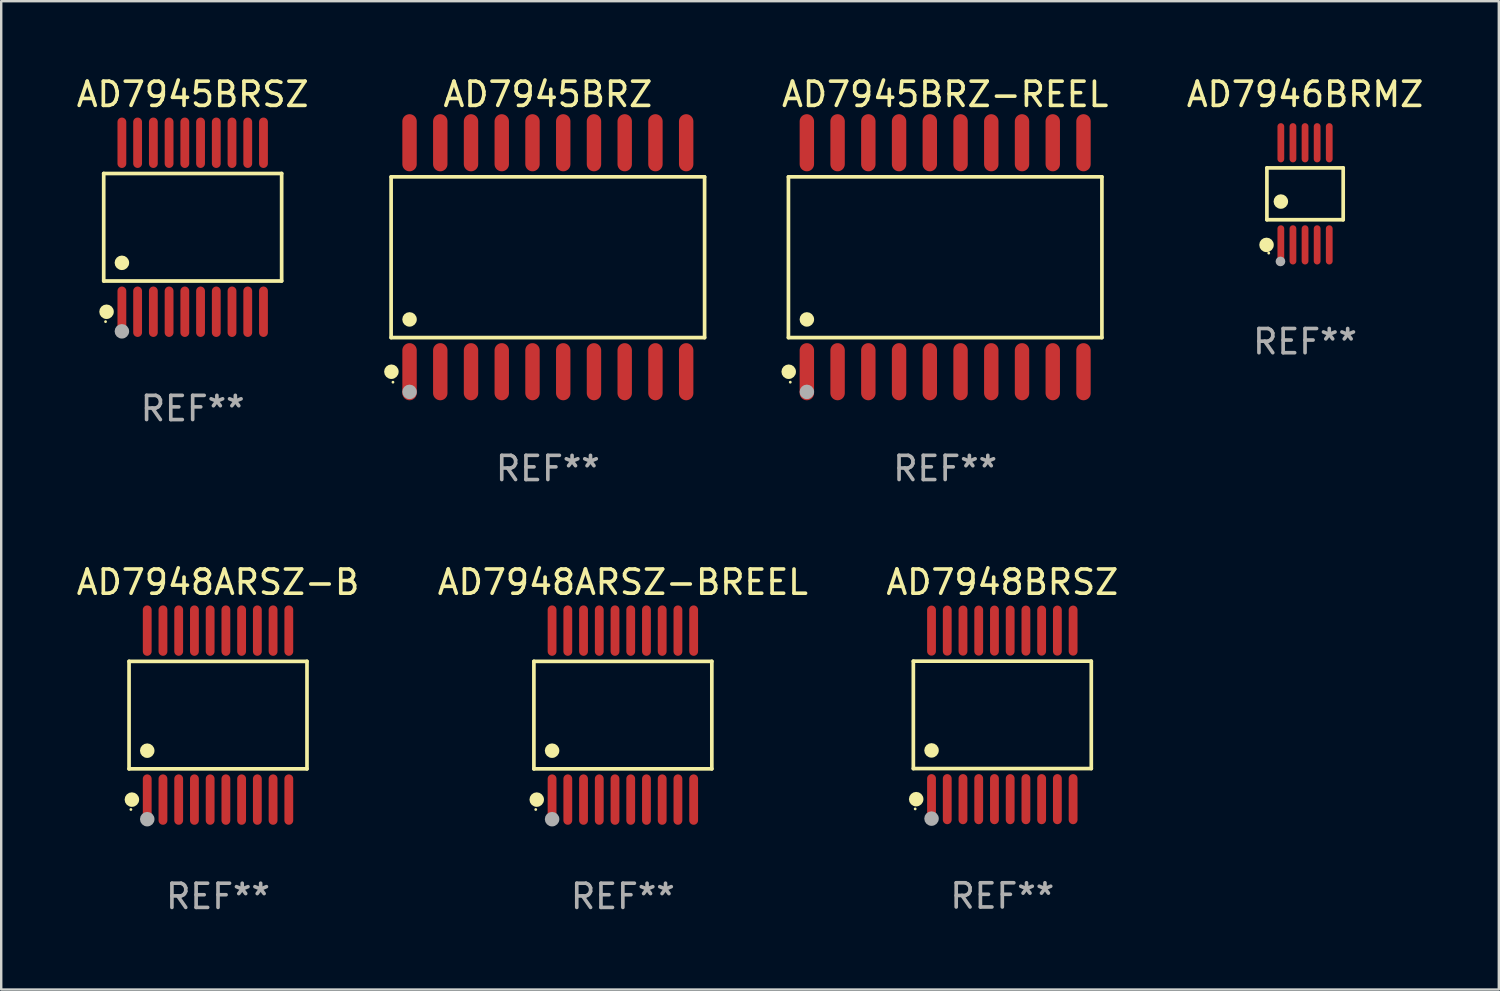
<source format=kicad_pcb>
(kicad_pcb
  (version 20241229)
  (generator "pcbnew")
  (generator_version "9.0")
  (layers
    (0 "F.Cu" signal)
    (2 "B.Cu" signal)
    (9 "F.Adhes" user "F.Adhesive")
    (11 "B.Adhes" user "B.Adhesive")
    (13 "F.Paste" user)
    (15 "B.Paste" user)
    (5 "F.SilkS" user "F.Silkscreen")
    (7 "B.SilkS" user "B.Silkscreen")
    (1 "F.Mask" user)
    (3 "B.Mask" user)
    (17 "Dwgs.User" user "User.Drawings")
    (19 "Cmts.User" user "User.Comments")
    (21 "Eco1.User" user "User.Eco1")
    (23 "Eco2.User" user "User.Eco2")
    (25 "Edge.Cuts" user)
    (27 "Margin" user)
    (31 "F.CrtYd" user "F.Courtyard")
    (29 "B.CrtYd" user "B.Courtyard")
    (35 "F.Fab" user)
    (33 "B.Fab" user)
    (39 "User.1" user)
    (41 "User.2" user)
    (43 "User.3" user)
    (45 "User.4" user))
  (footprint "AD7946BRMZ"
    (layer "F.Cu")
    (at 50.871 4.958)
    (property "Reference" "AD7946BRMZ" (at 0 -4.11 0) (layer "F.SilkS") (effects (font (size 1 1) (thickness 0.15))))
    (attr through_hole)
    (fp_line (start -1.576 -1.071) (end 1.576 -1.071) (stroke (width 0.152) (type solid)) (layer "F.SilkS"))
    (fp_line (start -1.576 1.071) (end -1.576 -1.071) (stroke (width 0.152) (type solid)) (layer "F.SilkS"))
    (fp_line (start 1.576 -1.071) (end 1.576 1.071) (stroke (width 0.152) (type solid)) (layer "F.SilkS"))
    (fp_line (start 1.576 1.071) (end -1.576 1.071) (stroke (width 0.152) (type solid)) (layer "F.SilkS"))
    (fp_circle (center -1.592 2.11) (end -1.442 2.11) (stroke (width 0.3) (type solid)) (fill no) (layer "F.SilkS"))
    (fp_circle (center -1.5 2.45) (end -1.47 2.45) (stroke (width 0.06) (type solid)) (fill no) (layer "F.SilkS"))
    (fp_circle (center -1 0.319) (end -0.85 0.319) (stroke (width 0.3) (type solid)) (fill no) (layer "F.SilkS"))
    (fp_circle (center -1.016 2.794) (end -0.916 2.794) (stroke (width 0.2) (type solid)) (fill no) (layer "F.Fab"))
    (fp_text user "REF**" (at 0 6.11 0) (layer "F.Fab") (effects (font (size 1 1) (thickness 0.15))))
    (pad "1" smd oval (at -1 2.11) (size 0.28 1.62) (layers "F.Cu" "F.Mask" "F.Paste"))
    (pad "2" smd oval (at -0.5 2.11) (size 0.28 1.62) (layers "F.Cu" "F.Mask" "F.Paste"))
    (pad "3" smd oval (at 0 2.11) (size 0.28 1.62) (layers "F.Cu" "F.Mask" "F.Paste"))
    (pad "4" smd oval (at 0.5 2.11) (size 0.28 1.62) (layers "F.Cu" "F.Mask" "F.Paste"))
    (pad "5" smd oval (at 1 2.11) (size 0.28 1.62) (layers "F.Cu" "F.Mask" "F.Paste"))
    (pad "6" smd oval (at 1 -2.11) (size 0.28 1.62) (layers "F.Cu" "F.Mask" "F.Paste"))
    (pad "7" smd oval (at 0.5 -2.11) (size 0.28 1.62) (layers "F.Cu" "F.Mask" "F.Paste"))
    (pad "8" smd oval (at 0 -2.11) (size 0.28 1.62) (layers "F.Cu" "F.Mask" "F.Paste"))
    (pad "9" smd oval (at -0.5 -2.11) (size 0.28 1.62) (layers "F.Cu" "F.Mask" "F.Paste"))
    (pad "10" smd oval (at -1 -2.11) (size 0.28 1.62) (layers "F.Cu" "F.Mask" "F.Paste")))
  (footprint "AD7948ARSZ-B"
    (layer "F.Cu")
    (at 5.958 26.496)
    (property "Reference" "AD7948ARSZ-B" (at 0 -5.491 0) (layer "F.SilkS") (effects (font (size 1 1) (thickness 0.15))))
    (attr through_hole)
    (fp_line (start -3.676 -2.221) (end 3.676 -2.221) (stroke (width 0.152) (type solid)) (layer "F.SilkS"))
    (fp_line (start -3.676 2.221) (end -3.676 -2.221) (stroke (width 0.152) (type solid)) (layer "F.SilkS"))
    (fp_line (start 3.676 -2.221) (end 3.676 2.221) (stroke (width 0.152) (type solid)) (layer "F.SilkS"))
    (fp_line (start 3.676 2.221) (end -3.676 2.221) (stroke (width 0.152) (type solid)) (layer "F.SilkS"))
    (fp_circle (center -3.6 3.9) (end -3.57 3.9) (stroke (width 0.06) (type solid)) (fill no) (layer "F.SilkS"))
    (fp_circle (center -3.559 3.491) (end -3.409 3.491) (stroke (width 0.3) (type solid)) (fill no) (layer "F.SilkS"))
    (fp_circle (center -2.925 1.469) (end -2.775 1.469) (stroke (width 0.3) (type solid)) (fill no) (layer "F.SilkS"))
    (fp_circle (center -2.925 4.3) (end -2.775 4.3) (stroke (width 0.3) (type solid)) (fill no) (layer "F.Fab"))
    (fp_text user "REF**" (at 0 7.491 0) (layer "F.Fab") (effects (font (size 1 1) (thickness 0.15))))
    (pad "1" smd oval (at -2.925 3.491) (size 0.364 2.082) (layers "F.Cu" "F.Mask" "F.Paste"))
    (pad "2" smd oval (at -2.275 3.491) (size 0.364 2.082) (layers "F.Cu" "F.Mask" "F.Paste"))
    (pad "3" smd oval (at -1.625 3.491) (size 0.364 2.082) (layers "F.Cu" "F.Mask" "F.Paste"))
    (pad "4" smd oval (at -0.975 3.491) (size 0.364 2.082) (layers "F.Cu" "F.Mask" "F.Paste"))
    (pad "5" smd oval (at -0.325 3.491) (size 0.364 2.082) (layers "F.Cu" "F.Mask" "F.Paste"))
    (pad "6" smd oval (at 0.325 3.491) (size 0.364 2.082) (layers "F.Cu" "F.Mask" "F.Paste"))
    (pad "7" smd oval (at 0.975 3.491) (size 0.364 2.082) (layers "F.Cu" "F.Mask" "F.Paste"))
    (pad "8" smd oval (at 1.625 3.491) (size 0.364 2.082) (layers "F.Cu" "F.Mask" "F.Paste"))
    (pad "9" smd oval (at 2.275 3.491) (size 0.364 2.082) (layers "F.Cu" "F.Mask" "F.Paste"))
    (pad "10" smd oval (at 2.925 3.491) (size 0.364 2.082) (layers "F.Cu" "F.Mask" "F.Paste"))
    (pad "11" smd oval (at 2.925 -3.491) (size 0.364 2.082) (layers "F.Cu" "F.Mask" "F.Paste"))
    (pad "12" smd oval (at 2.275 -3.491) (size 0.364 2.082) (layers "F.Cu" "F.Mask" "F.Paste"))
    (pad "13" smd oval (at 1.625 -3.491) (size 0.364 2.082) (layers "F.Cu" "F.Mask" "F.Paste"))
    (pad "14" smd oval (at 0.975 -3.491) (size 0.364 2.082) (layers "F.Cu" "F.Mask" "F.Paste"))
    (pad "15" smd oval (at 0.325 -3.491) (size 0.364 2.082) (layers "F.Cu" "F.Mask" "F.Paste"))
    (pad "16" smd oval (at -0.325 -3.491) (size 0.364 2.082) (layers "F.Cu" "F.Mask" "F.Paste"))
    (pad "17" smd oval (at -0.975 -3.491) (size 0.364 2.082) (layers "F.Cu" "F.Mask" "F.Paste"))
    (pad "18" smd oval (at -1.625 -3.491) (size 0.364 2.082) (layers "F.Cu" "F.Mask" "F.Paste"))
    (pad "19" smd oval (at -2.275 -3.491) (size 0.364 2.082) (layers "F.Cu" "F.Mask" "F.Paste"))
    (pad "20" smd oval (at -2.925 -3.491) (size 0.364 2.082) (layers "F.Cu" "F.Mask" "F.Paste")))
  (footprint "AD7948BRSZ"
    (layer "F.Cu")
    (at 38.363 26.487)
    (property "Reference" "AD7948BRSZ" (at 0 -5.482 0) (layer "F.SilkS") (effects (font (size 1 1) (thickness 0.15))))
    (attr through_hole)
    (fp_line (start -3.676 -2.219) (end 3.676 -2.219) (stroke (width 0.152) (type solid)) (layer "F.SilkS"))
    (fp_line (start -3.676 2.219) (end -3.676 -2.219) (stroke (width 0.152) (type solid)) (layer "F.SilkS"))
    (fp_line (start 3.676 -2.219) (end 3.676 2.219) (stroke (width 0.152) (type solid)) (layer "F.SilkS"))
    (fp_line (start 3.676 2.219) (end -3.676 2.219) (stroke (width 0.152) (type solid)) (layer "F.SilkS"))
    (fp_circle (center -3.6 3.885) (end -3.57 3.885) (stroke (width 0.06) (type solid)) (fill no) (layer "F.SilkS"))
    (fp_circle (center -3.559 3.482) (end -3.409 3.482) (stroke (width 0.3) (type solid)) (fill no) (layer "F.SilkS"))
    (fp_circle (center -2.925 1.467) (end -2.775 1.467) (stroke (width 0.3) (type solid)) (fill no) (layer "F.SilkS"))
    (fp_circle (center -2.925 4.285) (end -2.775 4.285) (stroke (width 0.3) (type solid)) (fill no) (layer "F.Fab"))
    (fp_text user "REF**" (at 0 7.482 0) (layer "F.Fab") (effects (font (size 1 1) (thickness 0.15))))
    (pad "1" smd oval (at -2.925 3.482) (size 0.364 2.069) (layers "F.Cu" "F.Mask" "F.Paste"))
    (pad "2" smd oval (at -2.275 3.482) (size 0.364 2.069) (layers "F.Cu" "F.Mask" "F.Paste"))
    (pad "3" smd oval (at -1.625 3.482) (size 0.364 2.069) (layers "F.Cu" "F.Mask" "F.Paste"))
    (pad "4" smd oval (at -0.975 3.482) (size 0.364 2.069) (layers "F.Cu" "F.Mask" "F.Paste"))
    (pad "5" smd oval (at -0.325 3.482) (size 0.364 2.069) (layers "F.Cu" "F.Mask" "F.Paste"))
    (pad "6" smd oval (at 0.325 3.482) (size 0.364 2.069) (layers "F.Cu" "F.Mask" "F.Paste"))
    (pad "7" smd oval (at 0.975 3.482) (size 0.364 2.069) (layers "F.Cu" "F.Mask" "F.Paste"))
    (pad "8" smd oval (at 1.625 3.482) (size 0.364 2.069) (layers "F.Cu" "F.Mask" "F.Paste"))
    (pad "9" smd oval (at 2.275 3.482) (size 0.364 2.069) (layers "F.Cu" "F.Mask" "F.Paste"))
    (pad "10" smd oval (at 2.925 3.482) (size 0.364 2.069) (layers "F.Cu" "F.Mask" "F.Paste"))
    (pad "11" smd oval (at 2.925 -3.482) (size 0.364 2.069) (layers "F.Cu" "F.Mask" "F.Paste"))
    (pad "12" smd oval (at 2.275 -3.482) (size 0.364 2.069) (layers "F.Cu" "F.Mask" "F.Paste"))
    (pad "13" smd oval (at 1.625 -3.482) (size 0.364 2.069) (layers "F.Cu" "F.Mask" "F.Paste"))
    (pad "14" smd oval (at 0.975 -3.482) (size 0.364 2.069) (layers "F.Cu" "F.Mask" "F.Paste"))
    (pad "15" smd oval (at 0.325 -3.482) (size 0.364 2.069) (layers "F.Cu" "F.Mask" "F.Paste"))
    (pad "16" smd oval (at -0.325 -3.482) (size 0.364 2.069) (layers "F.Cu" "F.Mask" "F.Paste"))
    (pad "17" smd oval (at -0.975 -3.482) (size 0.364 2.069) (layers "F.Cu" "F.Mask" "F.Paste"))
    (pad "18" smd oval (at -1.625 -3.482) (size 0.364 2.069) (layers "F.Cu" "F.Mask" "F.Paste"))
    (pad "19" smd oval (at -2.275 -3.482) (size 0.364 2.069) (layers "F.Cu" "F.Mask" "F.Paste"))
    (pad "20" smd oval (at -2.925 -3.482) (size 0.364 2.069) (layers "F.Cu" "F.Mask" "F.Paste")))
  (footprint "AD7945BRSZ"
    (layer "F.Cu")
    (at 4.911 6.339)
    (property "Reference" "AD7945BRSZ" (at 0 -5.491 0) (layer "F.SilkS") (effects (font (size 1 1) (thickness 0.15))))
    (attr through_hole)
    (fp_line (start -3.676 -2.221) (end 3.676 -2.221) (stroke (width 0.152) (type solid)) (layer "F.SilkS"))
    (fp_line (start -3.676 2.221) (end -3.676 -2.221) (stroke (width 0.152) (type solid)) (layer "F.SilkS"))
    (fp_line (start 3.676 -2.221) (end 3.676 2.221) (stroke (width 0.152) (type solid)) (layer "F.SilkS"))
    (fp_line (start 3.676 2.221) (end -3.676 2.221) (stroke (width 0.152) (type solid)) (layer "F.SilkS"))
    (fp_circle (center -3.6 3.9) (end -3.57 3.9) (stroke (width 0.06) (type solid)) (fill no) (layer "F.SilkS"))
    (fp_circle (center -3.559 3.491) (end -3.409 3.491) (stroke (width 0.3) (type solid)) (fill no) (layer "F.SilkS"))
    (fp_circle (center -2.925 1.469) (end -2.775 1.469) (stroke (width 0.3) (type solid)) (fill no) (layer "F.SilkS"))
    (fp_circle (center -2.925 4.3) (end -2.775 4.3) (stroke (width 0.3) (type solid)) (fill no) (layer "F.Fab"))
    (fp_text user "REF**" (at 0 7.491 0) (layer "F.Fab") (effects (font (size 1 1) (thickness 0.15))))
    (pad "1" smd oval (at -2.925 3.491) (size 0.364 2.082) (layers "F.Cu" "F.Mask" "F.Paste"))
    (pad "2" smd oval (at -2.275 3.491) (size 0.364 2.082) (layers "F.Cu" "F.Mask" "F.Paste"))
    (pad "3" smd oval (at -1.625 3.491) (size 0.364 2.082) (layers "F.Cu" "F.Mask" "F.Paste"))
    (pad "4" smd oval (at -0.975 3.491) (size 0.364 2.082) (layers "F.Cu" "F.Mask" "F.Paste"))
    (pad "5" smd oval (at -0.325 3.491) (size 0.364 2.082) (layers "F.Cu" "F.Mask" "F.Paste"))
    (pad "6" smd oval (at 0.325 3.491) (size 0.364 2.082) (layers "F.Cu" "F.Mask" "F.Paste"))
    (pad "7" smd oval (at 0.975 3.491) (size 0.364 2.082) (layers "F.Cu" "F.Mask" "F.Paste"))
    (pad "8" smd oval (at 1.625 3.491) (size 0.364 2.082) (layers "F.Cu" "F.Mask" "F.Paste"))
    (pad "9" smd oval (at 2.275 3.491) (size 0.364 2.082) (layers "F.Cu" "F.Mask" "F.Paste"))
    (pad "10" smd oval (at 2.925 3.491) (size 0.364 2.082) (layers "F.Cu" "F.Mask" "F.Paste"))
    (pad "11" smd oval (at 2.925 -3.491) (size 0.364 2.082) (layers "F.Cu" "F.Mask" "F.Paste"))
    (pad "12" smd oval (at 2.275 -3.491) (size 0.364 2.082) (layers "F.Cu" "F.Mask" "F.Paste"))
    (pad "13" smd oval (at 1.625 -3.491) (size 0.364 2.082) (layers "F.Cu" "F.Mask" "F.Paste"))
    (pad "14" smd oval (at 0.975 -3.491) (size 0.364 2.082) (layers "F.Cu" "F.Mask" "F.Paste"))
    (pad "15" smd oval (at 0.325 -3.491) (size 0.364 2.082) (layers "F.Cu" "F.Mask" "F.Paste"))
    (pad "16" smd oval (at -0.325 -3.491) (size 0.364 2.082) (layers "F.Cu" "F.Mask" "F.Paste"))
    (pad "17" smd oval (at -0.975 -3.491) (size 0.364 2.082) (layers "F.Cu" "F.Mask" "F.Paste"))
    (pad "18" smd oval (at -1.625 -3.491) (size 0.364 2.082) (layers "F.Cu" "F.Mask" "F.Paste"))
    (pad "19" smd oval (at -2.275 -3.491) (size 0.364 2.082) (layers "F.Cu" "F.Mask" "F.Paste"))
    (pad "20" smd oval (at -2.925 -3.491) (size 0.364 2.082) (layers "F.Cu" "F.Mask" "F.Paste")))
  (footprint "AD7945BRZ"
    (layer "F.Cu")
    (at 19.586 7.578)
    (property "Reference" "AD7945BRZ" (at 0 -6.73 0) (layer "F.SilkS") (effects (font (size 1 1) (thickness 0.15))))
    (attr through_hole)
    (fp_line (start -6.476 -3.321) (end 6.476 -3.321) (stroke (width 0.152) (type solid)) (layer "F.SilkS"))
    (fp_line (start -6.476 3.321) (end -6.476 -3.321) (stroke (width 0.152) (type solid)) (layer "F.SilkS"))
    (fp_line (start 6.476 -3.321) (end 6.476 3.321) (stroke (width 0.152) (type solid)) (layer "F.SilkS"))
    (fp_line (start 6.476 3.321) (end -6.476 3.321) (stroke (width 0.152) (type solid)) (layer "F.SilkS"))
    (fp_circle (center -6.465 4.73) (end -6.315 4.73) (stroke (width 0.3) (type solid)) (fill no) (layer "F.SilkS"))
    (fp_circle (center -6.4 5.163) (end -6.37 5.163) (stroke (width 0.06) (type solid)) (fill no) (layer "F.SilkS"))
    (fp_circle (center -5.715 2.569) (end -5.565 2.569) (stroke (width 0.3) (type solid)) (fill no) (layer "F.SilkS"))
    (fp_circle (center -5.715 5.563) (end -5.565 5.563) (stroke (width 0.3) (type solid)) (fill no) (layer "F.Fab"))
    (fp_text user "REF**" (at 0 8.73 0) (layer "F.Fab") (effects (font (size 1 1) (thickness 0.15))))
    (pad "1" smd oval (at -5.715 4.73) (size 0.595 2.36) (layers "F.Cu" "F.Mask" "F.Paste"))
    (pad "2" smd oval (at -4.445 4.73) (size 0.595 2.36) (layers "F.Cu" "F.Mask" "F.Paste"))
    (pad "3" smd oval (at -3.175 4.73) (size 0.595 2.36) (layers "F.Cu" "F.Mask" "F.Paste"))
    (pad "4" smd oval (at -1.905 4.73) (size 0.595 2.36) (layers "F.Cu" "F.Mask" "F.Paste"))
    (pad "5" smd oval (at -0.635 4.73) (size 0.595 2.36) (layers "F.Cu" "F.Mask" "F.Paste"))
    (pad "6" smd oval (at 0.635 4.73) (size 0.595 2.36) (layers "F.Cu" "F.Mask" "F.Paste"))
    (pad "7" smd oval (at 1.905 4.73) (size 0.595 2.36) (layers "F.Cu" "F.Mask" "F.Paste"))
    (pad "8" smd oval (at 3.175 4.73) (size 0.595 2.36) (layers "F.Cu" "F.Mask" "F.Paste"))
    (pad "9" smd oval (at 4.445 4.73) (size 0.595 2.36) (layers "F.Cu" "F.Mask" "F.Paste"))
    (pad "10" smd oval (at 5.715 4.73) (size 0.595 2.36) (layers "F.Cu" "F.Mask" "F.Paste"))
    (pad "11" smd oval (at 5.715 -4.73) (size 0.595 2.36) (layers "F.Cu" "F.Mask" "F.Paste"))
    (pad "12" smd oval (at 4.445 -4.73) (size 0.595 2.36) (layers "F.Cu" "F.Mask" "F.Paste"))
    (pad "13" smd oval (at 3.175 -4.73) (size 0.595 2.36) (layers "F.Cu" "F.Mask" "F.Paste"))
    (pad "14" smd oval (at 1.905 -4.73) (size 0.595 2.36) (layers "F.Cu" "F.Mask" "F.Paste"))
    (pad "15" smd oval (at 0.635 -4.73) (size 0.595 2.36) (layers "F.Cu" "F.Mask" "F.Paste"))
    (pad "16" smd oval (at -0.635 -4.73) (size 0.595 2.36) (layers "F.Cu" "F.Mask" "F.Paste"))
    (pad "17" smd oval (at -1.905 -4.73) (size 0.595 2.36) (layers "F.Cu" "F.Mask" "F.Paste"))
    (pad "18" smd oval (at -3.175 -4.73) (size 0.595 2.36) (layers "F.Cu" "F.Mask" "F.Paste"))
    (pad "19" smd oval (at -4.445 -4.73) (size 0.595 2.36) (layers "F.Cu" "F.Mask" "F.Paste"))
    (pad "20" smd oval (at -5.715 -4.73) (size 0.595 2.36) (layers "F.Cu" "F.Mask" "F.Paste")))
  (footprint "AD7948ARSZ-BREEL"
    (layer "F.Cu")
    (at 22.685 26.496)
    (property "Reference" "AD7948ARSZ-BREEL" (at 0 -5.491 0) (layer "F.SilkS") (effects (font (size 1 1) (thickness 0.15))))
    (attr through_hole)
    (fp_line (start -3.676 -2.221) (end 3.676 -2.221) (stroke (width 0.152) (type solid)) (layer "F.SilkS"))
    (fp_line (start -3.676 2.221) (end -3.676 -2.221) (stroke (width 0.152) (type solid)) (layer "F.SilkS"))
    (fp_line (start 3.676 -2.221) (end 3.676 2.221) (stroke (width 0.152) (type solid)) (layer "F.SilkS"))
    (fp_line (start 3.676 2.221) (end -3.676 2.221) (stroke (width 0.152) (type solid)) (layer "F.SilkS"))
    (fp_circle (center -3.6 3.9) (end -3.57 3.9) (stroke (width 0.06) (type solid)) (fill no) (layer "F.SilkS"))
    (fp_circle (center -3.559 3.491) (end -3.409 3.491) (stroke (width 0.3) (type solid)) (fill no) (layer "F.SilkS"))
    (fp_circle (center -2.925 1.469) (end -2.775 1.469) (stroke (width 0.3) (type solid)) (fill no) (layer "F.SilkS"))
    (fp_circle (center -2.925 4.3) (end -2.775 4.3) (stroke (width 0.3) (type solid)) (fill no) (layer "F.Fab"))
    (fp_text user "REF**" (at 0 7.491 0) (layer "F.Fab") (effects (font (size 1 1) (thickness 0.15))))
    (pad "1" smd oval (at -2.925 3.491) (size 0.364 2.082) (layers "F.Cu" "F.Mask" "F.Paste"))
    (pad "2" smd oval (at -2.275 3.491) (size 0.364 2.082) (layers "F.Cu" "F.Mask" "F.Paste"))
    (pad "3" smd oval (at -1.625 3.491) (size 0.364 2.082) (layers "F.Cu" "F.Mask" "F.Paste"))
    (pad "4" smd oval (at -0.975 3.491) (size 0.364 2.082) (layers "F.Cu" "F.Mask" "F.Paste"))
    (pad "5" smd oval (at -0.325 3.491) (size 0.364 2.082) (layers "F.Cu" "F.Mask" "F.Paste"))
    (pad "6" smd oval (at 0.325 3.491) (size 0.364 2.082) (layers "F.Cu" "F.Mask" "F.Paste"))
    (pad "7" smd oval (at 0.975 3.491) (size 0.364 2.082) (layers "F.Cu" "F.Mask" "F.Paste"))
    (pad "8" smd oval (at 1.625 3.491) (size 0.364 2.082) (layers "F.Cu" "F.Mask" "F.Paste"))
    (pad "9" smd oval (at 2.275 3.491) (size 0.364 2.082) (layers "F.Cu" "F.Mask" "F.Paste"))
    (pad "10" smd oval (at 2.925 3.491) (size 0.364 2.082) (layers "F.Cu" "F.Mask" "F.Paste"))
    (pad "11" smd oval (at 2.925 -3.491) (size 0.364 2.082) (layers "F.Cu" "F.Mask" "F.Paste"))
    (pad "12" smd oval (at 2.275 -3.491) (size 0.364 2.082) (layers "F.Cu" "F.Mask" "F.Paste"))
    (pad "13" smd oval (at 1.625 -3.491) (size 0.364 2.082) (layers "F.Cu" "F.Mask" "F.Paste"))
    (pad "14" smd oval (at 0.975 -3.491) (size 0.364 2.082) (layers "F.Cu" "F.Mask" "F.Paste"))
    (pad "15" smd oval (at 0.325 -3.491) (size 0.364 2.082) (layers "F.Cu" "F.Mask" "F.Paste"))
    (pad "16" smd oval (at -0.325 -3.491) (size 0.364 2.082) (layers "F.Cu" "F.Mask" "F.Paste"))
    (pad "17" smd oval (at -0.975 -3.491) (size 0.364 2.082) (layers "F.Cu" "F.Mask" "F.Paste"))
    (pad "18" smd oval (at -1.625 -3.491) (size 0.364 2.082) (layers "F.Cu" "F.Mask" "F.Paste"))
    (pad "19" smd oval (at -2.275 -3.491) (size 0.364 2.082) (layers "F.Cu" "F.Mask" "F.Paste"))
    (pad "20" smd oval (at -2.925 -3.491) (size 0.364 2.082) (layers "F.Cu" "F.Mask" "F.Paste")))
  (footprint "AD7945BRZ-REEL"
    (layer "F.Cu")
    (at 36.002 7.578)
    (property "Reference" "AD7945BRZ-REEL" (at 0 -6.73 0) (layer "F.SilkS") (effects (font (size 1 1) (thickness 0.15))))
    (attr through_hole)
    (fp_line (start -6.476 -3.321) (end 6.476 -3.321) (stroke (width 0.152) (type solid)) (layer "F.SilkS"))
    (fp_line (start -6.476 3.321) (end -6.476 -3.321) (stroke (width 0.152) (type solid)) (layer "F.SilkS"))
    (fp_line (start 6.476 -3.321) (end 6.476 3.321) (stroke (width 0.152) (type solid)) (layer "F.SilkS"))
    (fp_line (start 6.476 3.321) (end -6.476 3.321) (stroke (width 0.152) (type solid)) (layer "F.SilkS"))
    (fp_circle (center -6.465 4.73) (end -6.315 4.73) (stroke (width 0.3) (type solid)) (fill no) (layer "F.SilkS"))
    (fp_circle (center -6.4 5.163) (end -6.37 5.163) (stroke (width 0.06) (type solid)) (fill no) (layer "F.SilkS"))
    (fp_circle (center -5.715 2.569) (end -5.565 2.569) (stroke (width 0.3) (type solid)) (fill no) (layer "F.SilkS"))
    (fp_circle (center -5.715 5.563) (end -5.565 5.563) (stroke (width 0.3) (type solid)) (fill no) (layer "F.Fab"))
    (fp_text user "REF**" (at 0 8.73 0) (layer "F.Fab") (effects (font (size 1 1) (thickness 0.15))))
    (pad "1" smd oval (at -5.715 4.73) (size 0.595 2.36) (layers "F.Cu" "F.Mask" "F.Paste"))
    (pad "2" smd oval (at -4.445 4.73) (size 0.595 2.36) (layers "F.Cu" "F.Mask" "F.Paste"))
    (pad "3" smd oval (at -3.175 4.73) (size 0.595 2.36) (layers "F.Cu" "F.Mask" "F.Paste"))
    (pad "4" smd oval (at -1.905 4.73) (size 0.595 2.36) (layers "F.Cu" "F.Mask" "F.Paste"))
    (pad "5" smd oval (at -0.635 4.73) (size 0.595 2.36) (layers "F.Cu" "F.Mask" "F.Paste"))
    (pad "6" smd oval (at 0.635 4.73) (size 0.595 2.36) (layers "F.Cu" "F.Mask" "F.Paste"))
    (pad "7" smd oval (at 1.905 4.73) (size 0.595 2.36) (layers "F.Cu" "F.Mask" "F.Paste"))
    (pad "8" smd oval (at 3.175 4.73) (size 0.595 2.36) (layers "F.Cu" "F.Mask" "F.Paste"))
    (pad "9" smd oval (at 4.445 4.73) (size 0.595 2.36) (layers "F.Cu" "F.Mask" "F.Paste"))
    (pad "10" smd oval (at 5.715 4.73) (size 0.595 2.36) (layers "F.Cu" "F.Mask" "F.Paste"))
    (pad "11" smd oval (at 5.715 -4.73) (size 0.595 2.36) (layers "F.Cu" "F.Mask" "F.Paste"))
    (pad "12" smd oval (at 4.445 -4.73) (size 0.595 2.36) (layers "F.Cu" "F.Mask" "F.Paste"))
    (pad "13" smd oval (at 3.175 -4.73) (size 0.595 2.36) (layers "F.Cu" "F.Mask" "F.Paste"))
    (pad "14" smd oval (at 1.905 -4.73) (size 0.595 2.36) (layers "F.Cu" "F.Mask" "F.Paste"))
    (pad "15" smd oval (at 0.635 -4.73) (size 0.595 2.36) (layers "F.Cu" "F.Mask" "F.Paste"))
    (pad "16" smd oval (at -0.635 -4.73) (size 0.595 2.36) (layers "F.Cu" "F.Mask" "F.Paste"))
    (pad "17" smd oval (at -1.905 -4.73) (size 0.595 2.36) (layers "F.Cu" "F.Mask" "F.Paste"))
    (pad "18" smd oval (at -3.175 -4.73) (size 0.595 2.36) (layers "F.Cu" "F.Mask" "F.Paste"))
    (pad "19" smd oval (at -4.445 -4.73) (size 0.595 2.36) (layers "F.Cu" "F.Mask" "F.Paste"))
    (pad "20" smd oval (at -5.715 -4.73) (size 0.595 2.36) (layers "F.Cu" "F.Mask" "F.Paste")))
  (gr_rect
    (start -3 -3)
    (end 58.877 37.835)
    (stroke (width 0.1) (type default))
    (fill no)
    (layer "Edge.Cuts")))
</source>
